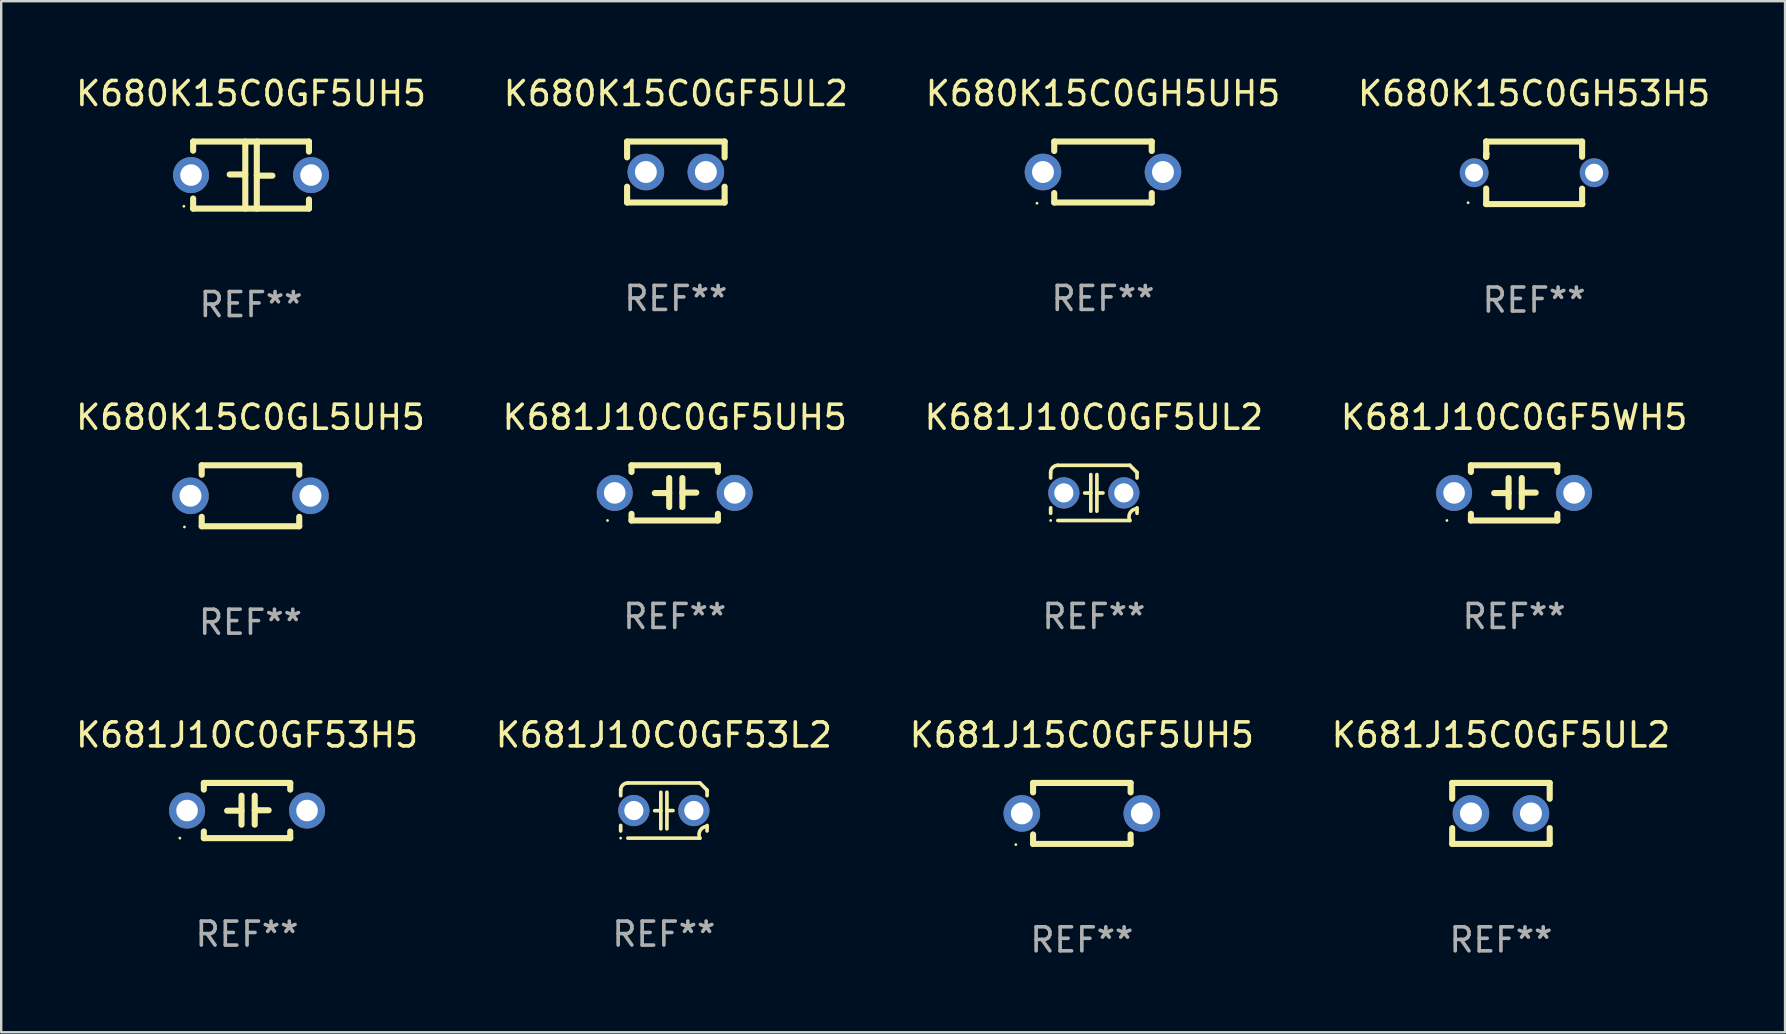
<source format=kicad_pcb>
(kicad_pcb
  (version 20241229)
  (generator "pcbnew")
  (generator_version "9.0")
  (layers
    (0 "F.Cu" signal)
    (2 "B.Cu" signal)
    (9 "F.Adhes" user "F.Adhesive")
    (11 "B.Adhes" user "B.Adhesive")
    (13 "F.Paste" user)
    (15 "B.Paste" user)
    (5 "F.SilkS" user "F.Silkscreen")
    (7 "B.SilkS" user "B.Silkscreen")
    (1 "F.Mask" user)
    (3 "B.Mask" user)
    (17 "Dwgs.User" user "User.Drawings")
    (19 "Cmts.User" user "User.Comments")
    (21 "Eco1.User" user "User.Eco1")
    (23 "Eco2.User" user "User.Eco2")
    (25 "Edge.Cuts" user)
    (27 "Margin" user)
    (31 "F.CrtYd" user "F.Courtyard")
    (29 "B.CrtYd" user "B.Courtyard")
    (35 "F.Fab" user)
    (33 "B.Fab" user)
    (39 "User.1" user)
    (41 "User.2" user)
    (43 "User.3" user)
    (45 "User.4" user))
  (footprint "K680K15C0GH5UH5"
    (layer "F.Cu")
    (at 42.911 4.118)
    (property "Reference" "K680K15C0GH5UH5" (at 0 -3.27 0) (layer "F.SilkS") (effects (font (size 1 1) (thickness 0.15))))
    (attr through_hole)
    (fp_line (start -2.032 -1.27) (end -2.032 -0.876) (stroke (width 0.254) (type solid)) (layer "F.SilkS"))
    (fp_line (start -2.032 0.876) (end -2.032 1.27) (stroke (width 0.254) (type solid)) (layer "F.SilkS"))
    (fp_line (start -2.032 1.27) (end 2.032 1.27) (stroke (width 0.254) (type solid)) (layer "F.SilkS"))
    (fp_line (start 2.032 -1.27) (end -2.032 -1.27) (stroke (width 0.254) (type solid)) (layer "F.SilkS"))
    (fp_line (start 2.032 -0.876) (end 2.032 -1.27) (stroke (width 0.254) (type solid)) (layer "F.SilkS"))
    (fp_line (start 2.032 1.27) (end 2.032 0.876) (stroke (width 0.254) (type solid)) (layer "F.SilkS"))
    (fp_circle (center -2.751 1.3) (end -2.721 1.3) (stroke (width 0.06) (type solid)) (fill no) (layer "F.SilkS"))
    (fp_text user "REF**" (at 0 5.27 0) (layer "F.Fab") (effects (font (size 1 1) (thickness 0.15))))
    (pad "1" thru_hole circle (at -2.5 0) (size 1.524 1.524) (drill 0.914) (layers "*.Cu" "*.Mask"))
    (pad "2" thru_hole circle (at 2.5 0) (size 1.524 1.524) (drill 0.914) (layers "*.Cu" "*.Mask")))
  (footprint "K680K15C0GF5UL2"
    (layer "F.Cu")
    (at 25.113 4.118)
    (property "Reference" "K680K15C0GF5UL2" (at 0 -3.27 0) (layer "F.SilkS") (effects (font (size 1 1) (thickness 0.15))))
    (attr through_hole)
    (fp_line (start -2.032 -1.27) (end -2.032 -0.611) (stroke (width 0.254) (type solid)) (layer "F.SilkS"))
    (fp_line (start -2.032 0.611) (end -2.032 1.27) (stroke (width 0.254) (type solid)) (layer "F.SilkS"))
    (fp_line (start -2.032 1.27) (end 2.032 1.27) (stroke (width 0.254) (type solid)) (layer "F.SilkS"))
    (fp_line (start 2.032 -1.27) (end -2.032 -1.27) (stroke (width 0.254) (type solid)) (layer "F.SilkS"))
    (fp_line (start 2.032 -0.611) (end 2.032 -1.27) (stroke (width 0.254) (type solid)) (layer "F.SilkS"))
    (fp_line (start 2.032 1.27) (end 2.032 0.611) (stroke (width 0.254) (type solid)) (layer "F.SilkS"))
    (fp_circle (center -2 1.3) (end -1.97 1.3) (stroke (width 0.06) (type solid)) (fill no) (layer "F.SilkS"))
    (fp_text user "REF**" (at 0 5.27 0) (layer "F.Fab") (effects (font (size 1 1) (thickness 0.15))))
    (pad "1" thru_hole circle (at -1.25 0) (size 1.524 1.524) (drill 0.914) (layers "*.Cu" "*.Mask"))
    (pad "2" thru_hole circle (at 1.25 0) (size 1.524 1.524) (drill 0.914) (layers "*.Cu" "*.Mask")))
  (footprint "K680K15C0GL5UH5"
    (layer "F.Cu")
    (at 7.387 17.609)
    (property "Reference" "K680K15C0GL5UH5" (at 0 -3.27 0) (layer "F.SilkS") (effects (font (size 1 1) (thickness 0.15))))
    (attr through_hole)
    (fp_line (start -2.032 -1.27) (end -2.032 -0.876) (stroke (width 0.254) (type solid)) (layer "F.SilkS"))
    (fp_line (start -2.032 0.876) (end -2.032 1.27) (stroke (width 0.254) (type solid)) (layer "F.SilkS"))
    (fp_line (start -2.032 1.27) (end 2.032 1.27) (stroke (width 0.254) (type solid)) (layer "F.SilkS"))
    (fp_line (start 2.032 -1.27) (end -2.032 -1.27) (stroke (width 0.254) (type solid)) (layer "F.SilkS"))
    (fp_line (start 2.032 -0.876) (end 2.032 -1.27) (stroke (width 0.254) (type solid)) (layer "F.SilkS"))
    (fp_line (start 2.032 1.27) (end 2.032 0.876) (stroke (width 0.254) (type solid)) (layer "F.SilkS"))
    (fp_circle (center -2.751 1.3) (end -2.721 1.3) (stroke (width 0.06) (type solid)) (fill no) (layer "F.SilkS"))
    (fp_text user "REF**" (at 0 5.27 0) (layer "F.Fab") (effects (font (size 1 1) (thickness 0.15))))
    (pad "1" thru_hole circle (at -2.5 0) (size 1.524 1.524) (drill 0.914) (layers "*.Cu" "*.Mask"))
    (pad "2" thru_hole circle (at 2.5 0) (size 1.524 1.524) (drill 0.914) (layers "*.Cu" "*.Mask")))
  (footprint "K681J10C0GF5WH5"
    (layer "F.Cu")
    (at 60.042 17.489)
    (property "Reference" "K681J10C0GF5WH5" (at 0 -3.15 0) (layer "F.SilkS") (effects (font (size 1 1) (thickness 0.15))))
    (attr through_hole)
    (fp_line (start -1.8 -1.15) (end -1.8 -0.872) (stroke (width 0.254) (type solid)) (layer "F.SilkS"))
    (fp_line (start -1.8 -1.15) (end 1.8 -1.15) (stroke (width 0.254) (type solid)) (layer "F.SilkS"))
    (fp_line (start -1.8 0.872) (end -1.8 1.15) (stroke (width 0.254) (type solid)) (layer "F.SilkS"))
    (fp_line (start -1.8 1.15) (end 1.8 1.15) (stroke (width 0.254) (type solid)) (layer "F.SilkS"))
    (fp_line (start -0.23 -0.62) (end -0.23 0.59) (stroke (width 0.254) (type solid)) (layer "F.SilkS"))
    (fp_line (start -0.23 0.007) (end -0.83 0.007) (stroke (width 0.254) (type solid)) (layer "F.SilkS"))
    (fp_line (start 0.32 -0.62) (end 0.32 0.59) (stroke (width 0.254) (type solid)) (layer "F.SilkS"))
    (fp_line (start 0.32 -0.012) (end 0.9 -0.012) (stroke (width 0.254) (type solid)) (layer "F.SilkS"))
    (fp_line (start 1.8 -1.15) (end 1.8 -0.872) (stroke (width 0.254) (type solid)) (layer "F.SilkS"))
    (fp_line (start 1.8 0.872) (end 1.8 1.15) (stroke (width 0.254) (type solid)) (layer "F.SilkS"))
    (fp_circle (center -2.8 1.15) (end -2.77 1.15) (stroke (width 0.06) (type solid)) (fill no) (layer "F.SilkS"))
    (fp_text user "REF**" (at 0 5.15 0) (layer "F.Fab") (effects (font (size 1 1) (thickness 0.15))))
    (pad "1" thru_hole circle (at -2.5 0) (size 1.5 1.5) (drill 0.9) (layers "*.Cu" "*.Mask"))
    (pad "2" thru_hole circle (at 2.5 0) (size 1.5 1.5) (drill 0.9) (layers "*.Cu" "*.Mask")))
  (footprint "K681J15C0GF5UH5"
    (layer "F.Cu")
    (at 42.03 30.845)
    (property "Reference" "K681J15C0GF5UH5" (at 0 -3.27 0) (layer "F.SilkS") (effects (font (size 1 1) (thickness 0.15))))
    (attr through_hole)
    (fp_line (start -2.032 -1.27) (end -2.032 -0.876) (stroke (width 0.254) (type solid)) (layer "F.SilkS"))
    (fp_line (start -2.032 0.876) (end -2.032 1.27) (stroke (width 0.254) (type solid)) (layer "F.SilkS"))
    (fp_line (start -2.032 1.27) (end 2.032 1.27) (stroke (width 0.254) (type solid)) (layer "F.SilkS"))
    (fp_line (start 2.032 -1.27) (end -2.032 -1.27) (stroke (width 0.254) (type solid)) (layer "F.SilkS"))
    (fp_line (start 2.032 -0.876) (end 2.032 -1.27) (stroke (width 0.254) (type solid)) (layer "F.SilkS"))
    (fp_line (start 2.032 1.27) (end 2.032 0.876) (stroke (width 0.254) (type solid)) (layer "F.SilkS"))
    (fp_circle (center -2.751 1.3) (end -2.721 1.3) (stroke (width 0.06) (type solid)) (fill no) (layer "F.SilkS"))
    (fp_text user "REF**" (at 0 5.27 0) (layer "F.Fab") (effects (font (size 1 1) (thickness 0.15))))
    (pad "1" thru_hole circle (at -2.5 0) (size 1.524 1.524) (drill 0.914) (layers "*.Cu" "*.Mask"))
    (pad "2" thru_hole circle (at 2.5 0) (size 1.524 1.524) (drill 0.914) (layers "*.Cu" "*.Mask")))
  (footprint "K681J10C0GF53H5"
    (layer "F.Cu")
    (at 7.244 30.725)
    (property "Reference" "K681J10C0GF53H5" (at 0 -3.15 0) (layer "F.SilkS") (effects (font (size 1 1) (thickness 0.15))))
    (attr through_hole)
    (fp_line (start -1.8 -1.15) (end -1.8 -0.872) (stroke (width 0.254) (type solid)) (layer "F.SilkS"))
    (fp_line (start -1.8 -1.15) (end 1.8 -1.15) (stroke (width 0.254) (type solid)) (layer "F.SilkS"))
    (fp_line (start -1.8 0.872) (end -1.8 1.15) (stroke (width 0.254) (type solid)) (layer "F.SilkS"))
    (fp_line (start -1.8 1.15) (end 1.8 1.15) (stroke (width 0.254) (type solid)) (layer "F.SilkS"))
    (fp_line (start -0.23 -0.62) (end -0.23 0.59) (stroke (width 0.254) (type solid)) (layer "F.SilkS"))
    (fp_line (start -0.23 0.007) (end -0.83 0.007) (stroke (width 0.254) (type solid)) (layer "F.SilkS"))
    (fp_line (start 0.32 -0.62) (end 0.32 0.59) (stroke (width 0.254) (type solid)) (layer "F.SilkS"))
    (fp_line (start 0.32 -0.012) (end 0.9 -0.012) (stroke (width 0.254) (type solid)) (layer "F.SilkS"))
    (fp_line (start 1.8 -1.15) (end 1.8 -0.872) (stroke (width 0.254) (type solid)) (layer "F.SilkS"))
    (fp_line (start 1.8 0.872) (end 1.8 1.15) (stroke (width 0.254) (type solid)) (layer "F.SilkS"))
    (fp_circle (center -2.8 1.15) (end -2.77 1.15) (stroke (width 0.06) (type solid)) (fill no) (layer "F.SilkS"))
    (fp_text user "REF**" (at 0 5.15 0) (layer "F.Fab") (effects (font (size 1 1) (thickness 0.15))))
    (pad "1" thru_hole circle (at -2.5 0) (size 1.5 1.5) (drill 0.9) (layers "*.Cu" "*.Mask"))
    (pad "2" thru_hole circle (at 2.5 0) (size 1.5 1.5) (drill 0.9) (layers "*.Cu" "*.Mask")))
  (footprint "K680K15C0GF5UH5"
    (layer "F.Cu")
    (at 7.411 4.245)
    (property "Reference" "K680K15C0GF5UH5" (at 0 -3.397 0) (layer "F.SilkS") (effects (font (size 1 1) (thickness 0.15))))
    (attr through_hole)
    (fp_line (start -2.413 -1.397) (end 2.413 -1.397) (stroke (width 0.254) (type solid)) (layer "F.SilkS"))
    (fp_line (start -2.413 -1.016) (end -2.413 -1.397) (stroke (width 0.254) (type solid)) (layer "F.SilkS"))
    (fp_line (start -2.413 0.977) (end -2.413 1.397) (stroke (width 0.254) (type solid)) (layer "F.SilkS"))
    (fp_line (start -0.24 -0.025) (end -0.889 -0.025) (stroke (width 0.254) (type solid)) (layer "F.SilkS"))
    (fp_line (start -0.24 1.397) (end -0.24 -1.397) (stroke (width 0.254) (type solid)) (layer "F.SilkS"))
    (fp_line (start 0.24 -1.397) (end 0.24 1.397) (stroke (width 0.254) (type solid)) (layer "F.SilkS"))
    (fp_line (start 0.24 0.025) (end 0.889 0.025) (stroke (width 0.254) (type solid)) (layer "F.SilkS"))
    (fp_line (start 2.413 -0.977) (end 2.413 -1.397) (stroke (width 0.254) (type solid)) (layer "F.SilkS"))
    (fp_line (start 2.413 1.016) (end 2.413 1.397) (stroke (width 0.254) (type solid)) (layer "F.SilkS"))
    (fp_line (start 2.413 1.397) (end -2.413 1.397) (stroke (width 0.254) (type solid)) (layer "F.SilkS"))
    (fp_circle (center -2.8 1.3) (end -2.77 1.3) (stroke (width 0.06) (type solid)) (fill no) (layer "F.SilkS"))
    (fp_text user "REF**" (at 0 5.397 0) (layer "F.Fab") (effects (font (size 1 1) (thickness 0.15))))
    (pad "1" thru_hole circle (at -2.5 0) (size 1.5 1.5) (drill 0.9) (layers "*.Cu" "*.Mask"))
    (pad "2" thru_hole circle (at 2.5 0) (size 1.5 1.5) (drill 0.9) (layers "*.Cu" "*.Mask")))
  (footprint "K681J10C0GF53L2"
    (layer "F.Cu")
    (at 24.613 30.725)
    (property "Reference" "K681J10C0GF53L2" (at 0 -3.15 0) (layer "F.SilkS") (effects (font (size 1 1) (thickness 0.15))))
    (attr through_hole)
    (fp_line (start -1.8 -0.621) (end -1.8 -0.85) (stroke (width 0.152) (type solid)) (layer "F.SilkS"))
    (fp_line (start -1.8 0.85) (end -1.8 0.621) (stroke (width 0.152) (type solid)) (layer "F.SilkS"))
    (fp_line (start -1.5 -1.15) (end 1.5 -1.15) (stroke (width 0.152) (type solid)) (layer "F.SilkS"))
    (fp_line (start -0.127 -0.762) (end -0.127 0.762) (stroke (width 0.152) (type solid)) (layer "F.SilkS"))
    (fp_line (start -0.127 0.005) (end -0.381 0.005) (stroke (width 0.152) (type solid)) (layer "F.SilkS"))
    (fp_line (start 0.127 -0.762) (end 0.127 0.762) (stroke (width 0.152) (type solid)) (layer "F.SilkS"))
    (fp_line (start 0.127 0.002) (end 0.381 0.002) (stroke (width 0.152) (type solid)) (layer "F.SilkS"))
    (fp_line (start 1.5 1.15) (end -1.5 1.15) (stroke (width 0.152) (type solid)) (layer "F.SilkS"))
    (fp_line (start 1.8 -0.85) (end 1.8 -0.621) (stroke (width 0.152) (type solid)) (layer "F.SilkS"))
    (fp_line (start 1.8 0.621) (end 1.8 0.85) (stroke (width 0.152) (type solid)) (layer "F.SilkS"))
    (fp_arc (start -1.799975 -0.849987) (mid -1.712107 -1.062119) (end -1.499975 -1.149987) (stroke (width 0.151994) (type solid)) (layer "F.SilkS"))
    (fp_arc (start 1.499975 1.149987) (mid 1.513726 0.822359) (end 1.799975 0.662387) (stroke (width 0.151994) (type solid)) (layer "F.SilkS"))
    (fp_arc (start 1.500001 -1.149986) (mid 1.650015 -1.000001) (end 1.8 -0.849987) (stroke (width 0.151994) (type solid)) (layer "F.SilkS"))
    (fp_circle (center -1.8 1.15) (end -1.77 1.15) (stroke (width 0.06) (type solid)) (fill no) (layer "F.SilkS"))
    (fp_text user "REF**" (at 0 5.15 0) (layer "F.Fab") (effects (font (size 1 1) (thickness 0.15))))
    (pad "1" thru_hole circle (at -1.25 0) (size 1.3 1.3) (drill 0.8) (layers "*.Cu" "*.Mask"))
    (pad "2" thru_hole circle (at 1.25 0) (size 1.3 1.3) (drill 0.8) (layers "*.Cu" "*.Mask")))
  (footprint "K681J10C0GF5UH5"
    (layer "F.Cu")
    (at 25.065 17.489)
    (property "Reference" "K681J10C0GF5UH5" (at 0 -3.15 0) (layer "F.SilkS") (effects (font (size 1 1) (thickness 0.15))))
    (attr through_hole)
    (fp_line (start -1.8 -1.15) (end -1.8 -0.872) (stroke (width 0.254) (type solid)) (layer "F.SilkS"))
    (fp_line (start -1.8 -1.15) (end 1.8 -1.15) (stroke (width 0.254) (type solid)) (layer "F.SilkS"))
    (fp_line (start -1.8 0.872) (end -1.8 1.15) (stroke (width 0.254) (type solid)) (layer "F.SilkS"))
    (fp_line (start -1.8 1.15) (end 1.8 1.15) (stroke (width 0.254) (type solid)) (layer "F.SilkS"))
    (fp_line (start -0.23 -0.62) (end -0.23 0.59) (stroke (width 0.254) (type solid)) (layer "F.SilkS"))
    (fp_line (start -0.23 0.007) (end -0.83 0.007) (stroke (width 0.254) (type solid)) (layer "F.SilkS"))
    (fp_line (start 0.32 -0.62) (end 0.32 0.59) (stroke (width 0.254) (type solid)) (layer "F.SilkS"))
    (fp_line (start 0.32 -0.012) (end 0.9 -0.012) (stroke (width 0.254) (type solid)) (layer "F.SilkS"))
    (fp_line (start 1.8 -1.15) (end 1.8 -0.872) (stroke (width 0.254) (type solid)) (layer "F.SilkS"))
    (fp_line (start 1.8 0.872) (end 1.8 1.15) (stroke (width 0.254) (type solid)) (layer "F.SilkS"))
    (fp_circle (center -2.8 1.15) (end -2.77 1.15) (stroke (width 0.06) (type solid)) (fill no) (layer "F.SilkS"))
    (fp_text user "REF**" (at 0 5.15 0) (layer "F.Fab") (effects (font (size 1 1) (thickness 0.15))))
    (pad "1" thru_hole circle (at -2.5 0) (size 1.5 1.5) (drill 0.9) (layers "*.Cu" "*.Mask"))
    (pad "2" thru_hole circle (at 2.5 0) (size 1.5 1.5) (drill 0.9) (layers "*.Cu" "*.Mask")))
  (footprint "K680K15C0GH53H5"
    (layer "F.Cu")
    (at 60.875 4.152)
    (property "Reference" "K680K15C0GH53H5" (at 0 -3.303 0) (layer "F.SilkS") (effects (font (size 1 1) (thickness 0.15))))
    (attr through_hole)
    (fp_line (start -1.996 -0.782) (end -1.983 -0.795) (stroke (width 0.254) (type solid)) (layer "F.SilkS"))
    (fp_line (start -1.996 -0.665) (end -1.996 -0.782) (stroke (width 0.254) (type solid)) (layer "F.SilkS"))
    (fp_line (start -1.996 1.297) (end -1.996 0.655) (stroke (width 0.254) (type solid)) (layer "F.SilkS"))
    (fp_line (start -1.996 -1.303) (end 2.001 -1.303) (stroke (width 0.254) (type solid)) (layer "F.SilkS"))
    (fp_line (start -1.995 -1.303) (end -1.996 -1.303) (stroke (width 0.254) (type solid)) (layer "F.SilkS"))
    (fp_line (start -1.995 -0.664) (end -1.995 -1.303) (stroke (width 0.254) (type solid)) (layer "F.SilkS"))
    (fp_line (start -1.99 1.303) (end -1.996 1.297) (stroke (width 0.254) (type solid)) (layer "F.SilkS"))
    (fp_line (start 2.001 -1.303) (end 2.001 -0.669) (stroke (width 0.254) (type solid)) (layer "F.SilkS"))
    (fp_line (start 2.001 0.659) (end 2.001 1.297) (stroke (width 0.254) (type solid)) (layer "F.SilkS"))
    (fp_line (start 2.001 1.297) (end 2.008 1.303) (stroke (width 0.254) (type solid)) (layer "F.SilkS"))
    (fp_line (start 2.008 1.303) (end -1.99 1.303) (stroke (width 0.254) (type solid)) (layer "F.SilkS"))
    (fp_circle (center -2.75 1.245) (end -2.72 1.245) (stroke (width 0.06) (type solid)) (fill no) (layer "F.SilkS"))
    (fp_text user "REF**" (at 0 5.303 0) (layer "F.Fab") (effects (font (size 1 1) (thickness 0.15))))
    (pad "1" thru_hole circle (at -2.5 -0.005) (size 1.2 1.2) (drill 0.75) (layers "*.Cu" "*.Mask"))
    (pad "2" thru_hole circle (at 2.5 -0.005) (size 1.2 1.2) (drill 0.75) (layers "*.Cu" "*.Mask")))
  (footprint "K681J10C0GF5UL2"
    (layer "F.Cu")
    (at 42.53 17.489)
    (property "Reference" "K681J10C0GF5UL2" (at 0 -3.15 0) (layer "F.SilkS") (effects (font (size 1 1) (thickness 0.15))))
    (attr through_hole)
    (fp_line (start -1.8 -0.621) (end -1.8 -0.85) (stroke (width 0.152) (type solid)) (layer "F.SilkS"))
    (fp_line (start -1.8 0.85) (end -1.8 0.621) (stroke (width 0.152) (type solid)) (layer "F.SilkS"))
    (fp_line (start -1.5 -1.15) (end 1.5 -1.15) (stroke (width 0.152) (type solid)) (layer "F.SilkS"))
    (fp_line (start -0.127 -0.762) (end -0.127 0.762) (stroke (width 0.152) (type solid)) (layer "F.SilkS"))
    (fp_line (start -0.127 0.005) (end -0.381 0.005) (stroke (width 0.152) (type solid)) (layer "F.SilkS"))
    (fp_line (start 0.127 -0.762) (end 0.127 0.762) (stroke (width 0.152) (type solid)) (layer "F.SilkS"))
    (fp_line (start 0.127 0.002) (end 0.381 0.002) (stroke (width 0.152) (type solid)) (layer "F.SilkS"))
    (fp_line (start 1.5 1.15) (end -1.5 1.15) (stroke (width 0.152) (type solid)) (layer "F.SilkS"))
    (fp_line (start 1.8 -0.85) (end 1.8 -0.621) (stroke (width 0.152) (type solid)) (layer "F.SilkS"))
    (fp_line (start 1.8 0.621) (end 1.8 0.85) (stroke (width 0.152) (type solid)) (layer "F.SilkS"))
    (fp_arc (start -1.799975 -0.849987) (mid -1.712107 -1.062119) (end -1.499975 -1.149987) (stroke (width 0.151994) (type solid)) (layer "F.SilkS"))
    (fp_arc (start 1.499975 1.149987) (mid 1.513726 0.822359) (end 1.799975 0.662387) (stroke (width 0.151994) (type solid)) (layer "F.SilkS"))
    (fp_arc (start 1.500001 -1.149986) (mid 1.650015 -1.000001) (end 1.8 -0.849987) (stroke (width 0.151994) (type solid)) (layer "F.SilkS"))
    (fp_circle (center -1.8 1.15) (end -1.77 1.15) (stroke (width 0.06) (type solid)) (fill no) (layer "F.SilkS"))
    (fp_text user "REF**" (at 0 5.15 0) (layer "F.Fab") (effects (font (size 1 1) (thickness 0.15))))
    (pad "1" thru_hole circle (at -1.25 0) (size 1.3 1.3) (drill 0.8) (layers "*.Cu" "*.Mask"))
    (pad "2" thru_hole circle (at 1.25 0) (size 1.3 1.3) (drill 0.8) (layers "*.Cu" "*.Mask")))
  (footprint "K681J15C0GF5UL2"
    (layer "F.Cu")
    (at 59.494 30.845)
    (property "Reference" "K681J15C0GF5UL2" (at 0 -3.27 0) (layer "F.SilkS") (effects (font (size 1 1) (thickness 0.15))))
    (attr through_hole)
    (fp_line (start -2.032 -1.27) (end -2.032 -0.611) (stroke (width 0.254) (type solid)) (layer "F.SilkS"))
    (fp_line (start -2.032 0.611) (end -2.032 1.27) (stroke (width 0.254) (type solid)) (layer "F.SilkS"))
    (fp_line (start -2.032 1.27) (end 2.032 1.27) (stroke (width 0.254) (type solid)) (layer "F.SilkS"))
    (fp_line (start 2.032 -1.27) (end -2.032 -1.27) (stroke (width 0.254) (type solid)) (layer "F.SilkS"))
    (fp_line (start 2.032 -0.611) (end 2.032 -1.27) (stroke (width 0.254) (type solid)) (layer "F.SilkS"))
    (fp_line (start 2.032 1.27) (end 2.032 0.611) (stroke (width 0.254) (type solid)) (layer "F.SilkS"))
    (fp_circle (center -2 1.3) (end -1.97 1.3) (stroke (width 0.06) (type solid)) (fill no) (layer "F.SilkS"))
    (fp_text user "REF**" (at 0 5.27 0) (layer "F.Fab") (effects (font (size 1 1) (thickness 0.15))))
    (pad "1" thru_hole circle (at -1.25 0) (size 1.524 1.524) (drill 0.914) (layers "*.Cu" "*.Mask"))
    (pad "2" thru_hole circle (at 1.25 0) (size 1.524 1.524) (drill 0.914) (layers "*.Cu" "*.Mask")))
  (gr_rect
    (start -3 -3)
    (end 71.333 39.964)
    (stroke (width 0.1) (type default))
    (fill no)
    (layer "Edge.Cuts")))
</source>
